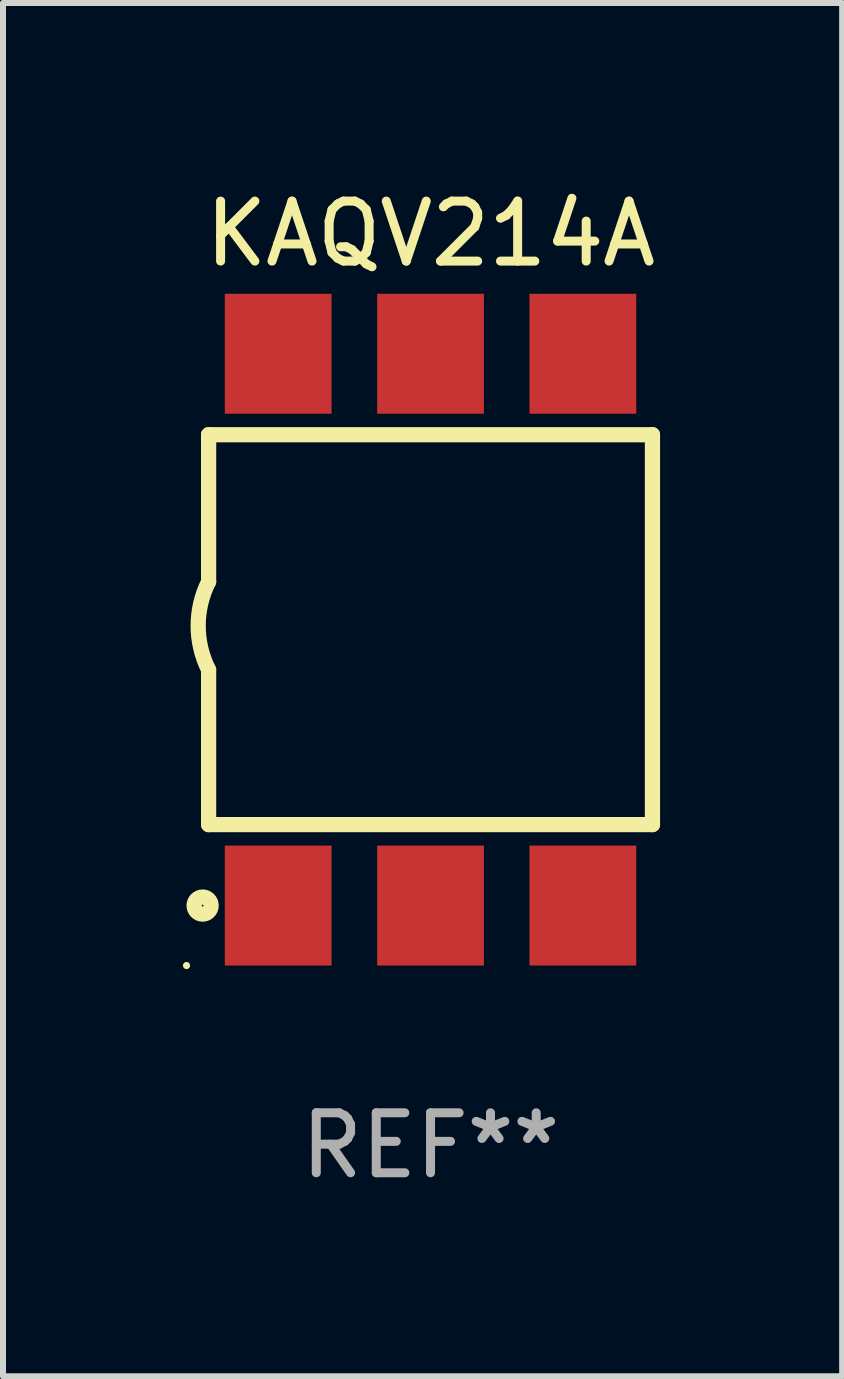
<source format=kicad_pcb>
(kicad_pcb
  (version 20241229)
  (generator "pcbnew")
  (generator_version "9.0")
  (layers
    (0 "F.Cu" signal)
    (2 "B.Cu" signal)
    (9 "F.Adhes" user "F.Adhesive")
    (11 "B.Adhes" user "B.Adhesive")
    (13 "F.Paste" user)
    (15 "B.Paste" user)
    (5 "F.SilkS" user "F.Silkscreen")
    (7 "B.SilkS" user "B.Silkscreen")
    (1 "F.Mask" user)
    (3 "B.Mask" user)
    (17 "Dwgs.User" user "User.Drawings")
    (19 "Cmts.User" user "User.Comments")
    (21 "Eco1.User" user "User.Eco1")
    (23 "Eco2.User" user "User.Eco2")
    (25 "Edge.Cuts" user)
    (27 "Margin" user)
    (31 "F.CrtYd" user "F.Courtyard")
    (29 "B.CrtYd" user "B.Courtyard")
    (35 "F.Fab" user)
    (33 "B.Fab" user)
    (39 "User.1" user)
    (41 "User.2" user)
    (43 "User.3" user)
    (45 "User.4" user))
  (footprint "KAQV214A"
    (layer "F.Cu")
    (at 4.128 7.448)
    (property "Reference" "KAQV214A" (at 0 -6.6 0) (layer "F.SilkS") (effects (font (size 1 1) (thickness 0.15))))
    (attr through_hole)
    (fp_line (start -3.7 -3.25) (end -3.7 -0.8) (stroke (width 0.254) (type solid)) (layer "F.SilkS"))
    (fp_line (start -3.7 -3.25) (end 3.7 -3.25) (stroke (width 0.254) (type solid)) (layer "F.SilkS"))
    (fp_line (start -3.7 3.25) (end -3.7 0.669) (stroke (width 0.254) (type solid)) (layer "F.SilkS"))
    (fp_line (start 3.7 -3.25) (end 3.7 3.25) (stroke (width 0.254) (type solid)) (layer "F.SilkS"))
    (fp_line (start 3.7 3.25) (end -3.7 3.25) (stroke (width 0.254) (type solid)) (layer "F.SilkS"))
    (fp_arc (start -3.700787 0.668021) (mid -3.873795 -0.066082) (end -3.7 -0.8) (stroke (width 0.254001) (type solid)) (layer "F.SilkS"))
    (fp_circle (center -4.068 5.6) (end -4.038 5.6) (stroke (width 0.06) (type solid)) (fill no) (layer "F.SilkS"))
    (fp_circle (center -3.8 4.6) (end -3.658 4.6) (stroke (width 0.254) (type solid)) (fill no) (layer "F.SilkS"))
    (fp_text user "REF**" (at 0 8.6 0) (layer "F.Fab") (effects (font (size 1 1) (thickness 0.15))))
    (pad "1" smd rect (at -2.54 4.6) (size 1.78 2) (layers "F.Cu" "F.Mask" "F.Paste"))
    (pad "2" smd rect (at 0 4.6) (size 1.78 2) (layers "F.Cu" "F.Mask" "F.Paste"))
    (pad "3" smd rect (at 2.54 4.6) (size 1.78 2) (layers "F.Cu" "F.Mask" "F.Paste"))
    (pad "4" smd rect (at 2.54 -4.6) (size 1.78 2) (layers "F.Cu" "F.Mask" "F.Paste"))
    (pad "5" smd rect (at 0 -4.6) (size 1.78 2) (layers "F.Cu" "F.Mask" "F.Paste"))
    (pad "6" smd rect (at -2.54 -4.6) (size 1.78 2) (layers "F.Cu" "F.Mask" "F.Paste")))
  (gr_rect
    (start -3 -3)
    (end 10.991 19.896)
    (stroke (width 0.1) (type default))
    (fill no)
    (layer "Edge.Cuts")))
</source>
